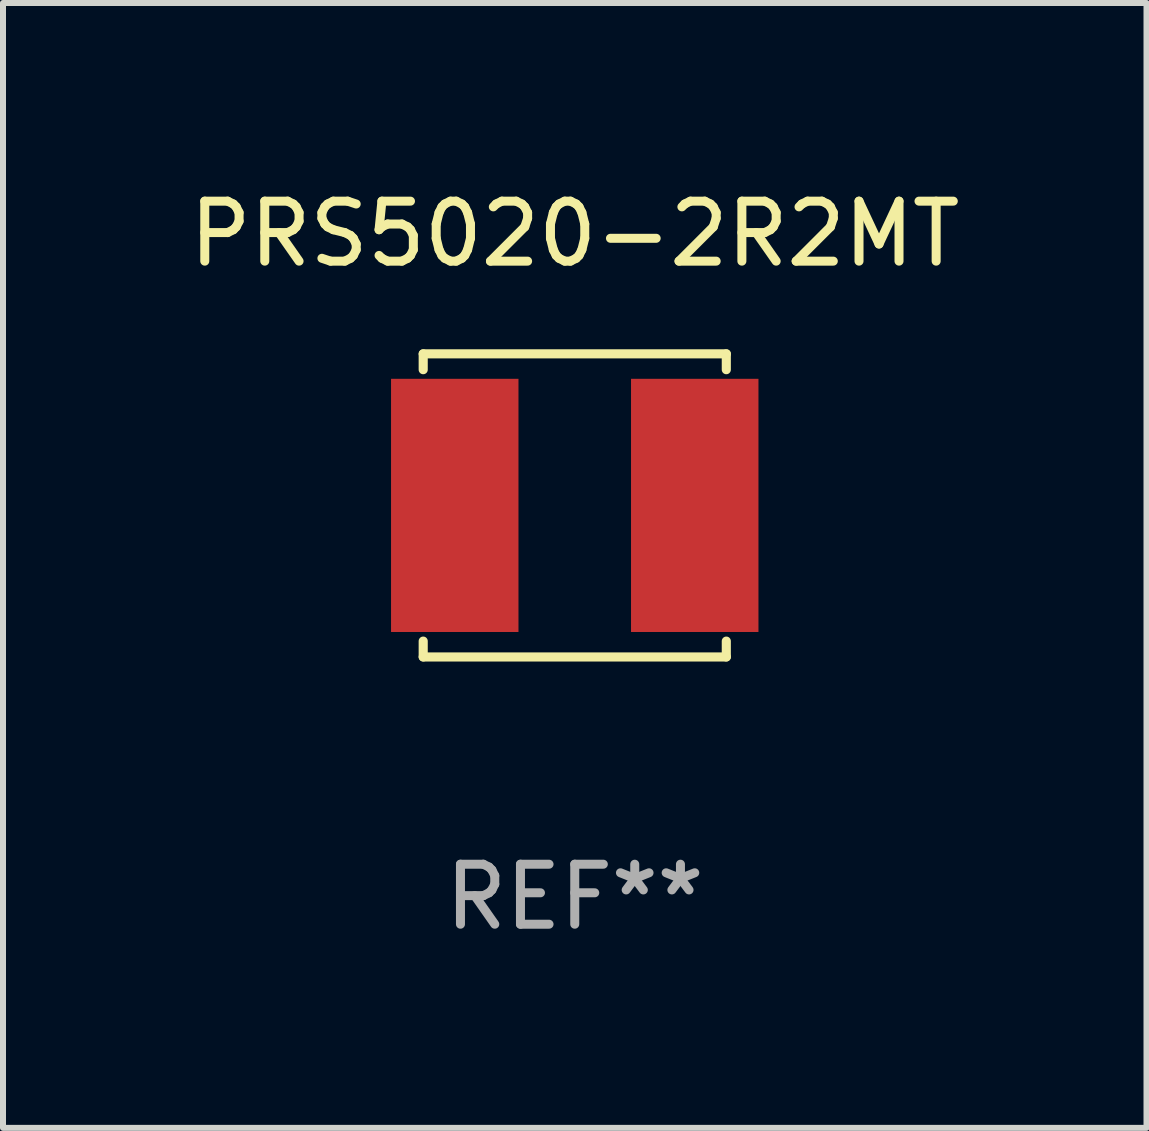
<source format=kicad_pcb>
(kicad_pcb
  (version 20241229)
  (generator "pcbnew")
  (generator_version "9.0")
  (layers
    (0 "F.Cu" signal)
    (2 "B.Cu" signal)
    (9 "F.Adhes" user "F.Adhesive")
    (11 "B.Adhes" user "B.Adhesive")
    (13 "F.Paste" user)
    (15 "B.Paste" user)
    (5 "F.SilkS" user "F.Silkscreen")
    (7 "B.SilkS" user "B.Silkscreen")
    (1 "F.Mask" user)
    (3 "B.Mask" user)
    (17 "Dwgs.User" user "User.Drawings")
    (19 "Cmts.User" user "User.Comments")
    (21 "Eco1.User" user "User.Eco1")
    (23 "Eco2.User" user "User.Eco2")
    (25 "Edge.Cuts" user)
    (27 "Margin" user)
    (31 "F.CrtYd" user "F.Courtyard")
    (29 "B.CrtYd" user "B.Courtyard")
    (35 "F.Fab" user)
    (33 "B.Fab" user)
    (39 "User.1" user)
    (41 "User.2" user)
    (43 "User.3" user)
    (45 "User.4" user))
  (footprint "PRS5020-2R2MT"
    (layer "F.Cu")
    (at 6.53 5.374)
    (property "Reference" "PRS5020-2R2MT" (at 0 -4.526 0) (layer "F.SilkS") (effects (font (size 1 1) (thickness 0.15))))
    (attr through_hole)
    (fp_line (start -2.526 -2.526) (end 2.526 -2.526) (stroke (width 0.152) (type solid)) (layer "F.SilkS"))
    (fp_line (start -2.526 -2.262) (end -2.526 -2.526) (stroke (width 0.152) (type solid)) (layer "F.SilkS"))
    (fp_line (start -2.526 2.262) (end -2.526 2.526) (stroke (width 0.152) (type solid)) (layer "F.SilkS"))
    (fp_line (start -2.526 2.526) (end 2.526 2.526) (stroke (width 0.152) (type solid)) (layer "F.SilkS"))
    (fp_line (start 2.526 -2.526) (end 2.526 -2.262) (stroke (width 0.152) (type solid)) (layer "F.SilkS"))
    (fp_line (start 2.526 2.526) (end 2.526 2.262) (stroke (width 0.152) (type solid)) (layer "F.SilkS"))
    (fp_circle (center 2.5 -2.5) (end 2.53 -2.5) (stroke (width 0.06) (type solid)) (fill no) (layer "F.SilkS"))
    (fp_text user "REF**" (at 0 6.526 0) (layer "F.Fab") (effects (font (size 1 1) (thickness 0.15))))
    (pad "1" smd rect (at 2 0) (size 2.124 4.22) (layers "F.Cu" "F.Mask" "F.Paste"))
    (pad "2" smd rect (at -2 0) (size 2.124 4.22) (layers "F.Cu" "F.Mask" "F.Paste")))
  (gr_rect
    (start -3 -3)
    (end 16.06 15.749)
    (stroke (width 0.1) (type default))
    (fill no)
    (layer "Edge.Cuts")))
</source>
